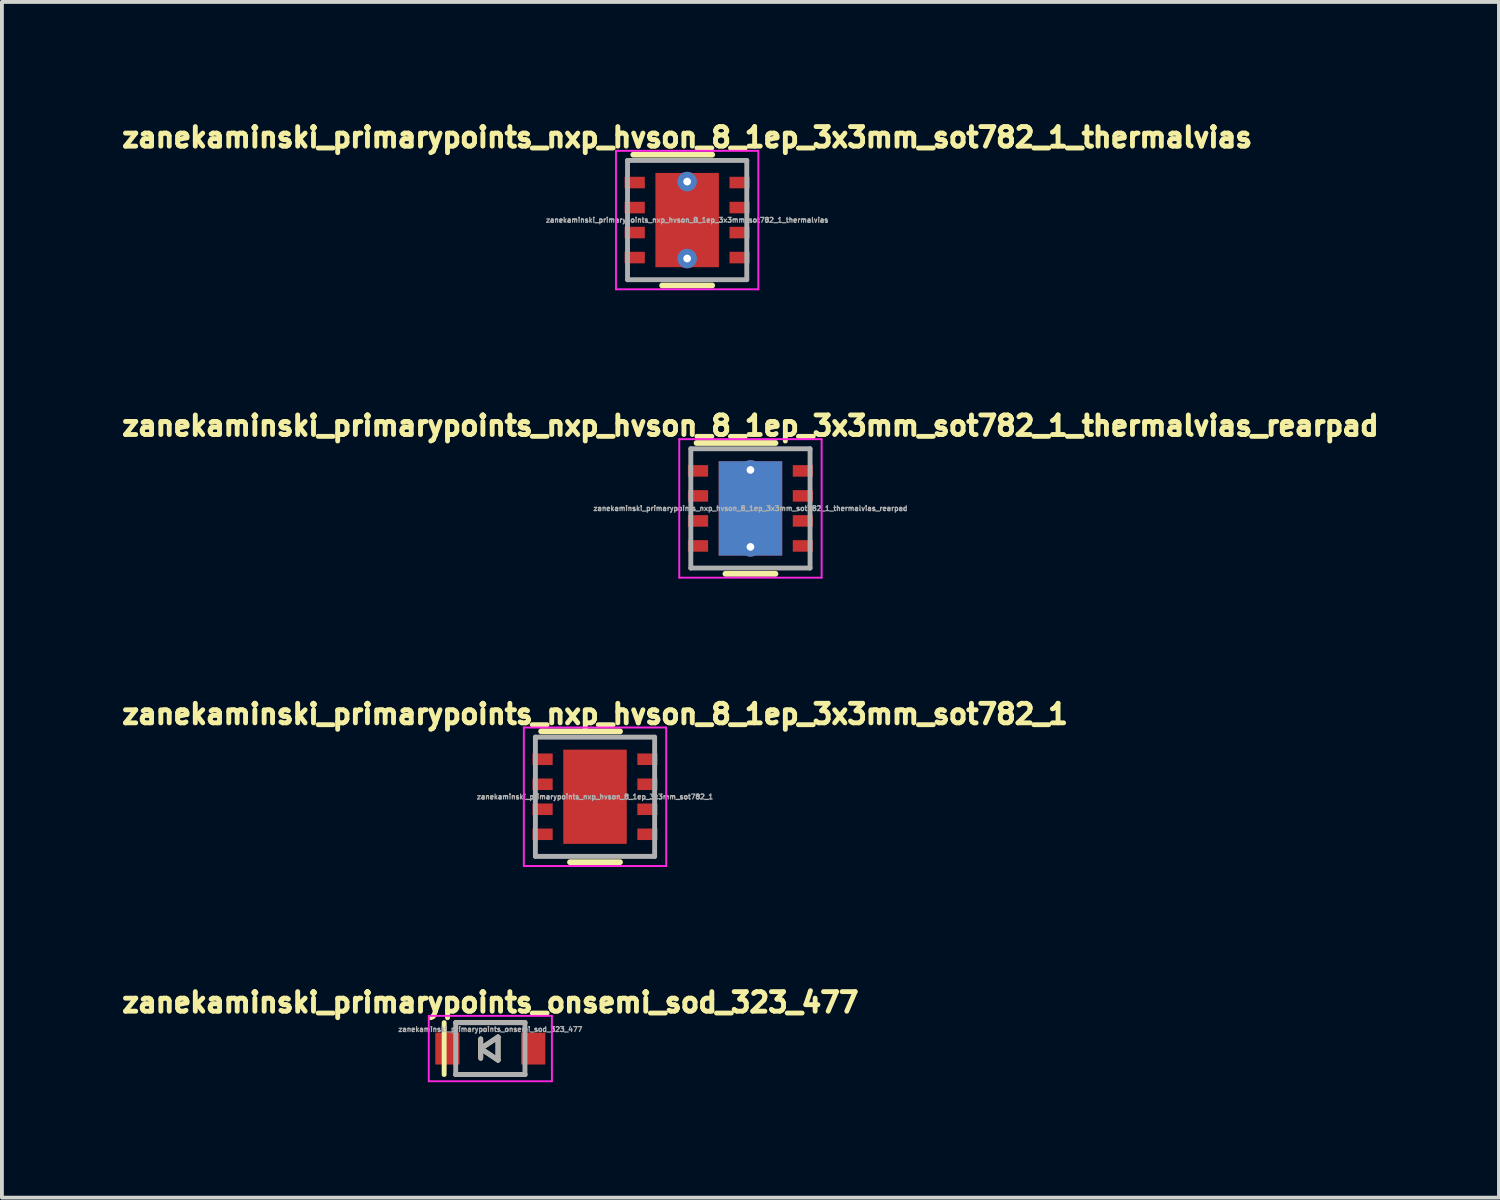
<source format=kicad_pcb>
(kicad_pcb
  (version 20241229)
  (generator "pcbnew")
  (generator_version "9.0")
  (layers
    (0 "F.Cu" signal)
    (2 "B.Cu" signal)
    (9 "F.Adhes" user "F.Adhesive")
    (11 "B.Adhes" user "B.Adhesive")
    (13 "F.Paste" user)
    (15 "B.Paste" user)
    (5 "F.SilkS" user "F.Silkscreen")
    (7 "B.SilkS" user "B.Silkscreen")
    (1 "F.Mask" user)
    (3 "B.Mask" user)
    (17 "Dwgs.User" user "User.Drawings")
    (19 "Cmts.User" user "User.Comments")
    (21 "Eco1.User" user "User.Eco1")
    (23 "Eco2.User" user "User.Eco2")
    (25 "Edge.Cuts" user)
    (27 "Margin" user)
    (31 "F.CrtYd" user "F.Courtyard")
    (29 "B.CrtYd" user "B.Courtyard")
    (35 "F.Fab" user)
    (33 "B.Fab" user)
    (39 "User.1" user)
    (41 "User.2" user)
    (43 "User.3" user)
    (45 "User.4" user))
  (footprint "zanekaminski_primarypoints_onsemi_sod_323_477"
    (layer "F.Cu")
    (at 9.695 24.205)
    (property "Reference" "zanekaminski_primarypoints_onsemi_sod_323_477" (at 0 -1.2 0) (layer "F.SilkS") (effects (font (size 0.508 0.508) (thickness 0.127))))
    (attr through_hole)
    (fp_line (start -1.2 -0.675) (end -1.2 0.675) (stroke (width 0.127) (type solid)) (layer "F.SilkS"))
    (fp_line (start -0.9 -0.675) (end 0.9 -0.675) (stroke (width 0.127) (type solid)) (layer "F.SilkS"))
    (fp_line (start -0.9 0.675) (end 0.9 0.675) (stroke (width 0.127) (type solid)) (layer "F.SilkS"))
    (fp_line (start -0.25 -0.25) (end -0.25 0.25) (stroke (width 0.127) (type solid)) (layer "F.SilkS"))
    (fp_line (start -0.25 0) (end 0.2 -0.3) (stroke (width 0.127) (type solid)) (layer "F.SilkS"))
    (fp_line (start 0.2 -0.3) (end 0.2 0.3) (stroke (width 0.127) (type solid)) (layer "F.SilkS"))
    (fp_line (start 0.2 0.3) (end -0.25 0) (stroke (width 0.127) (type solid)) (layer "F.SilkS"))
    (fp_line (start -1.6 -0.85) (end 1.6 -0.85) (stroke (width 0.05) (type solid)) (layer "F.CrtYd"))
    (fp_line (start -1.6 0.85) (end -1.6 -0.85) (stroke (width 0.05) (type solid)) (layer "F.CrtYd"))
    (fp_line (start -1.6 0.85) (end 1.6 0.85) (stroke (width 0.05) (type solid)) (layer "F.CrtYd"))
    (fp_line (start 1.6 -0.85) (end 1.6 0.85) (stroke (width 0.05) (type solid)) (layer "F.CrtYd"))
    (fp_line (start -0.9 -0.675) (end -0.9 0.675) (stroke (width 0.127) (type solid)) (layer "F.Fab"))
    (fp_line (start -0.9 -0.675) (end 0.9 -0.675) (stroke (width 0.127) (type solid)) (layer "F.Fab"))
    (fp_line (start -0.9 0.675) (end 0.9 0.675) (stroke (width 0.127) (type solid)) (layer "F.Fab"))
    (fp_line (start -0.25 -0.25) (end -0.25 0.25) (stroke (width 0.127) (type solid)) (layer "F.Fab"))
    (fp_line (start -0.25 0) (end 0.2 -0.3) (stroke (width 0.127) (type solid)) (layer "F.Fab"))
    (fp_line (start 0.2 -0.3) (end 0.2 0.3) (stroke (width 0.127) (type solid)) (layer "F.Fab"))
    (fp_line (start 0.2 0.3) (end -0.25 0) (stroke (width 0.127) (type solid)) (layer "F.Fab"))
    (fp_line (start 0.9 -0.675) (end 0.9 0.675) (stroke (width 0.127) (type solid)) (layer "F.Fab"))
    (fp_text user "${REFERENCE}" (at 0 -0.5 0) (layer "F.Fab") (effects (font (size 0.127 0.127) (thickness 0.032))))
    (pad "1" smd rect (at -1.115 0) (size 0.63 0.83) (layers "F.Cu" "F.Mask" "F.Paste"))
    (pad "2" smd rect (at 1.115 0) (size 0.63 0.83) (layers "F.Cu" "F.Mask" "F.Paste")))
  (footprint "zanekaminski_primarypoints_nxp_hvson_8_1ep_3x3mm_sot782_1_thermalvias_rearpad"
    (layer "F.Cu")
    (at 16.456 10.165)
    (property "Reference" "zanekaminski_primarypoints_nxp_hvson_8_1ep_3x3mm_sot782_1_thermalvias_rearpad" (at 0 -2.15 0) (layer "F.SilkS") (effects (font (size 0.508 0.508) (thickness 0.127))))
    (attr smd)
    (fp_line (start -1.4 -1.7) (end 0.65 -1.7) (stroke (width 0.15) (type solid)) (layer "F.SilkS"))
    (fp_line (start -0.65 1.7) (end 0.65 1.7) (stroke (width 0.15) (type solid)) (layer "F.SilkS"))
    (fp_line (start -1.85 -1.8) (end -1.85 1.8) (stroke (width 0.05) (type solid)) (layer "F.CrtYd"))
    (fp_line (start -1.85 -1.8) (end 1.85 -1.8) (stroke (width 0.05) (type solid)) (layer "F.CrtYd"))
    (fp_line (start -1.85 1.8) (end 1.85 1.8) (stroke (width 0.05) (type solid)) (layer "F.CrtYd"))
    (fp_line (start 1.85 -1.8) (end 1.85 1.8) (stroke (width 0.05) (type solid)) (layer "F.CrtYd"))
    (fp_line (start -1.55 -1.55) (end 1.55 -1.55) (stroke (width 0.127) (type solid)) (layer "F.Fab"))
    (fp_line (start -1.55 1.55) (end -1.55 -1.55) (stroke (width 0.127) (type solid)) (layer "F.Fab"))
    (fp_line (start 1.55 -1.55) (end 1.55 1.55) (stroke (width 0.127) (type solid)) (layer "F.Fab"))
    (fp_line (start 1.55 1.55) (end -1.55 1.55) (stroke (width 0.127) (type solid)) (layer "F.Fab"))
    (fp_text user "${REFERENCE}" (at 0 0 0) (layer "F.Fab") (effects (font (size 0.127 0.127) (thickness 0.032))))
    (pad "" smd rect (at 0 0) (size 0.65 1.1) (layers "F.Paste"))
    (pad "1" smd rect (at -1.363 -0.975) (size 0.525 0.3) (layers "F.Cu" "F.Mask" "F.Paste"))
    (pad "2" smd rect (at -1.363 -0.325) (size 0.525 0.3) (layers "F.Cu" "F.Mask" "F.Paste"))
    (pad "3" smd rect (at -1.363 0.325) (size 0.525 0.3) (layers "F.Cu" "F.Mask" "F.Paste"))
    (pad "4" smd rect (at -1.363 0.975) (size 0.525 0.3) (layers "F.Cu" "F.Mask" "F.Paste"))
    (pad "5" smd rect (at 1.363 0.975) (size 0.525 0.3) (layers "F.Cu" "F.Mask" "F.Paste"))
    (pad "6" smd rect (at 1.363 0.325) (size 0.525 0.3) (layers "F.Cu" "F.Mask" "F.Paste"))
    (pad "7" smd rect (at 1.363 -0.325) (size 0.525 0.3) (layers "F.Cu" "F.Mask" "F.Paste"))
    (pad "8" smd rect (at 1.363 -0.975) (size 0.525 0.3) (layers "F.Cu" "F.Mask" "F.Paste"))
    (pad "9" thru_hole circle (at 0 -1) (size 0.508 0.508) (drill 0.2) (layers "*.Cu"))
    (pad "9" smd rect (at 0 0) (size 1.65 2.45) (layers "F.Cu" "F.Mask"))
    (pad "9" smd rect (at 0 0) (size 1.65 2.45) (layers "B.Cu" "B.Mask"))
    (pad "9" thru_hole circle (at 0 1) (size 0.508 0.508) (drill 0.2) (layers "*.Cu")))
  (footprint "zanekaminski_primarypoints_nxp_hvson_8_1ep_3x3mm_sot782_1"
    (layer "F.Cu")
    (at 12.416 17.66)
    (property "Reference" "zanekaminski_primarypoints_nxp_hvson_8_1ep_3x3mm_sot782_1" (at 0 -2.15 0) (layer "F.SilkS") (effects (font (size 0.508 0.508) (thickness 0.127))))
    (attr smd)
    (fp_line (start -1.4 -1.7) (end 0.65 -1.7) (stroke (width 0.15) (type solid)) (layer "F.SilkS"))
    (fp_line (start -0.65 1.7) (end 0.65 1.7) (stroke (width 0.15) (type solid)) (layer "F.SilkS"))
    (fp_line (start -1.85 -1.8) (end -1.85 1.8) (stroke (width 0.05) (type solid)) (layer "F.CrtYd"))
    (fp_line (start -1.85 -1.8) (end 1.85 -1.8) (stroke (width 0.05) (type solid)) (layer "F.CrtYd"))
    (fp_line (start -1.85 1.8) (end 1.85 1.8) (stroke (width 0.05) (type solid)) (layer "F.CrtYd"))
    (fp_line (start 1.85 -1.8) (end 1.85 1.8) (stroke (width 0.05) (type solid)) (layer "F.CrtYd"))
    (fp_line (start -1.55 -1.55) (end 1.55 -1.55) (stroke (width 0.127) (type solid)) (layer "F.Fab"))
    (fp_line (start -1.55 1.55) (end -1.55 -1.55) (stroke (width 0.127) (type solid)) (layer "F.Fab"))
    (fp_line (start 1.55 -1.55) (end 1.55 1.55) (stroke (width 0.127) (type solid)) (layer "F.Fab"))
    (fp_line (start 1.55 1.55) (end -1.55 1.55) (stroke (width 0.127) (type solid)) (layer "F.Fab"))
    (fp_text user "${REFERENCE}" (at 0 0 0) (layer "F.Fab") (effects (font (size 0.127 0.127) (thickness 0.032))))
    (pad "" smd rect (at 0 0) (size 0.65 1.1) (layers "F.Paste"))
    (pad "1" smd rect (at -1.363 -0.975) (size 0.525 0.3) (layers "F.Cu" "F.Mask" "F.Paste"))
    (pad "2" smd rect (at -1.363 -0.325) (size 0.525 0.3) (layers "F.Cu" "F.Mask" "F.Paste"))
    (pad "3" smd rect (at -1.363 0.325) (size 0.525 0.3) (layers "F.Cu" "F.Mask" "F.Paste"))
    (pad "4" smd rect (at -1.363 0.975) (size 0.525 0.3) (layers "F.Cu" "F.Mask" "F.Paste"))
    (pad "5" smd rect (at 1.363 0.975) (size 0.525 0.3) (layers "F.Cu" "F.Mask" "F.Paste"))
    (pad "6" smd rect (at 1.363 0.325) (size 0.525 0.3) (layers "F.Cu" "F.Mask" "F.Paste"))
    (pad "7" smd rect (at 1.363 -0.325) (size 0.525 0.3) (layers "F.Cu" "F.Mask" "F.Paste"))
    (pad "8" smd rect (at 1.363 -0.975) (size 0.525 0.3) (layers "F.Cu" "F.Mask" "F.Paste"))
    (pad "9" smd rect (at 0 0) (size 1.65 2.45) (layers "F.Cu" "F.Mask")))
  (footprint "zanekaminski_primarypoints_nxp_hvson_8_1ep_3x3mm_sot782_1_thermalvias"
    (layer "F.Cu")
    (at 14.811 2.67)
    (property "Reference" "zanekaminski_primarypoints_nxp_hvson_8_1ep_3x3mm_sot782_1_thermalvias" (at 0 -2.15 0) (layer "F.SilkS") (effects (font (size 0.508 0.508) (thickness 0.127))))
    (attr smd)
    (fp_line (start -1.4 -1.7) (end 0.65 -1.7) (stroke (width 0.15) (type solid)) (layer "F.SilkS"))
    (fp_line (start -0.65 1.7) (end 0.65 1.7) (stroke (width 0.15) (type solid)) (layer "F.SilkS"))
    (fp_line (start -1.85 -1.8) (end -1.85 1.8) (stroke (width 0.05) (type solid)) (layer "F.CrtYd"))
    (fp_line (start -1.85 -1.8) (end 1.85 -1.8) (stroke (width 0.05) (type solid)) (layer "F.CrtYd"))
    (fp_line (start -1.85 1.8) (end 1.85 1.8) (stroke (width 0.05) (type solid)) (layer "F.CrtYd"))
    (fp_line (start 1.85 -1.8) (end 1.85 1.8) (stroke (width 0.05) (type solid)) (layer "F.CrtYd"))
    (fp_line (start -1.55 -1.55) (end 1.55 -1.55) (stroke (width 0.127) (type solid)) (layer "F.Fab"))
    (fp_line (start -1.55 1.55) (end -1.55 -1.55) (stroke (width 0.127) (type solid)) (layer "F.Fab"))
    (fp_line (start 1.55 -1.55) (end 1.55 1.55) (stroke (width 0.127) (type solid)) (layer "F.Fab"))
    (fp_line (start 1.55 1.55) (end -1.55 1.55) (stroke (width 0.127) (type solid)) (layer "F.Fab"))
    (fp_text user "${REFERENCE}" (at 0 0 0) (layer "F.Fab") (effects (font (size 0.127 0.127) (thickness 0.032))))
    (pad "" smd rect (at 0 0) (size 0.65 1.1) (layers "F.Paste"))
    (pad "1" smd rect (at -1.363 -0.975) (size 0.525 0.3) (layers "F.Cu" "F.Mask" "F.Paste"))
    (pad "2" smd rect (at -1.363 -0.325) (size 0.525 0.3) (layers "F.Cu" "F.Mask" "F.Paste"))
    (pad "3" smd rect (at -1.363 0.325) (size 0.525 0.3) (layers "F.Cu" "F.Mask" "F.Paste"))
    (pad "4" smd rect (at -1.363 0.975) (size 0.525 0.3) (layers "F.Cu" "F.Mask" "F.Paste"))
    (pad "5" smd rect (at 1.363 0.975) (size 0.525 0.3) (layers "F.Cu" "F.Mask" "F.Paste"))
    (pad "6" smd rect (at 1.363 0.325) (size 0.525 0.3) (layers "F.Cu" "F.Mask" "F.Paste"))
    (pad "7" smd rect (at 1.363 -0.325) (size 0.525 0.3) (layers "F.Cu" "F.Mask" "F.Paste"))
    (pad "8" smd rect (at 1.363 -0.975) (size 0.525 0.3) (layers "F.Cu" "F.Mask" "F.Paste"))
    (pad "9" thru_hole circle (at 0 -1) (size 0.508 0.508) (drill 0.2) (layers "*.Cu"))
    (pad "9" smd rect (at 0 0) (size 1.65 2.45) (layers "F.Cu" "F.Mask"))
    (pad "9" thru_hole circle (at 0 1) (size 0.508 0.508) (drill 0.2) (layers "*.Cu")))
  (gr_rect
    (start -3 -3)
    (end 35.912 28.08)
    (stroke (width 0.1) (type default))
    (fill no)
    (layer "Edge.Cuts")))
</source>
